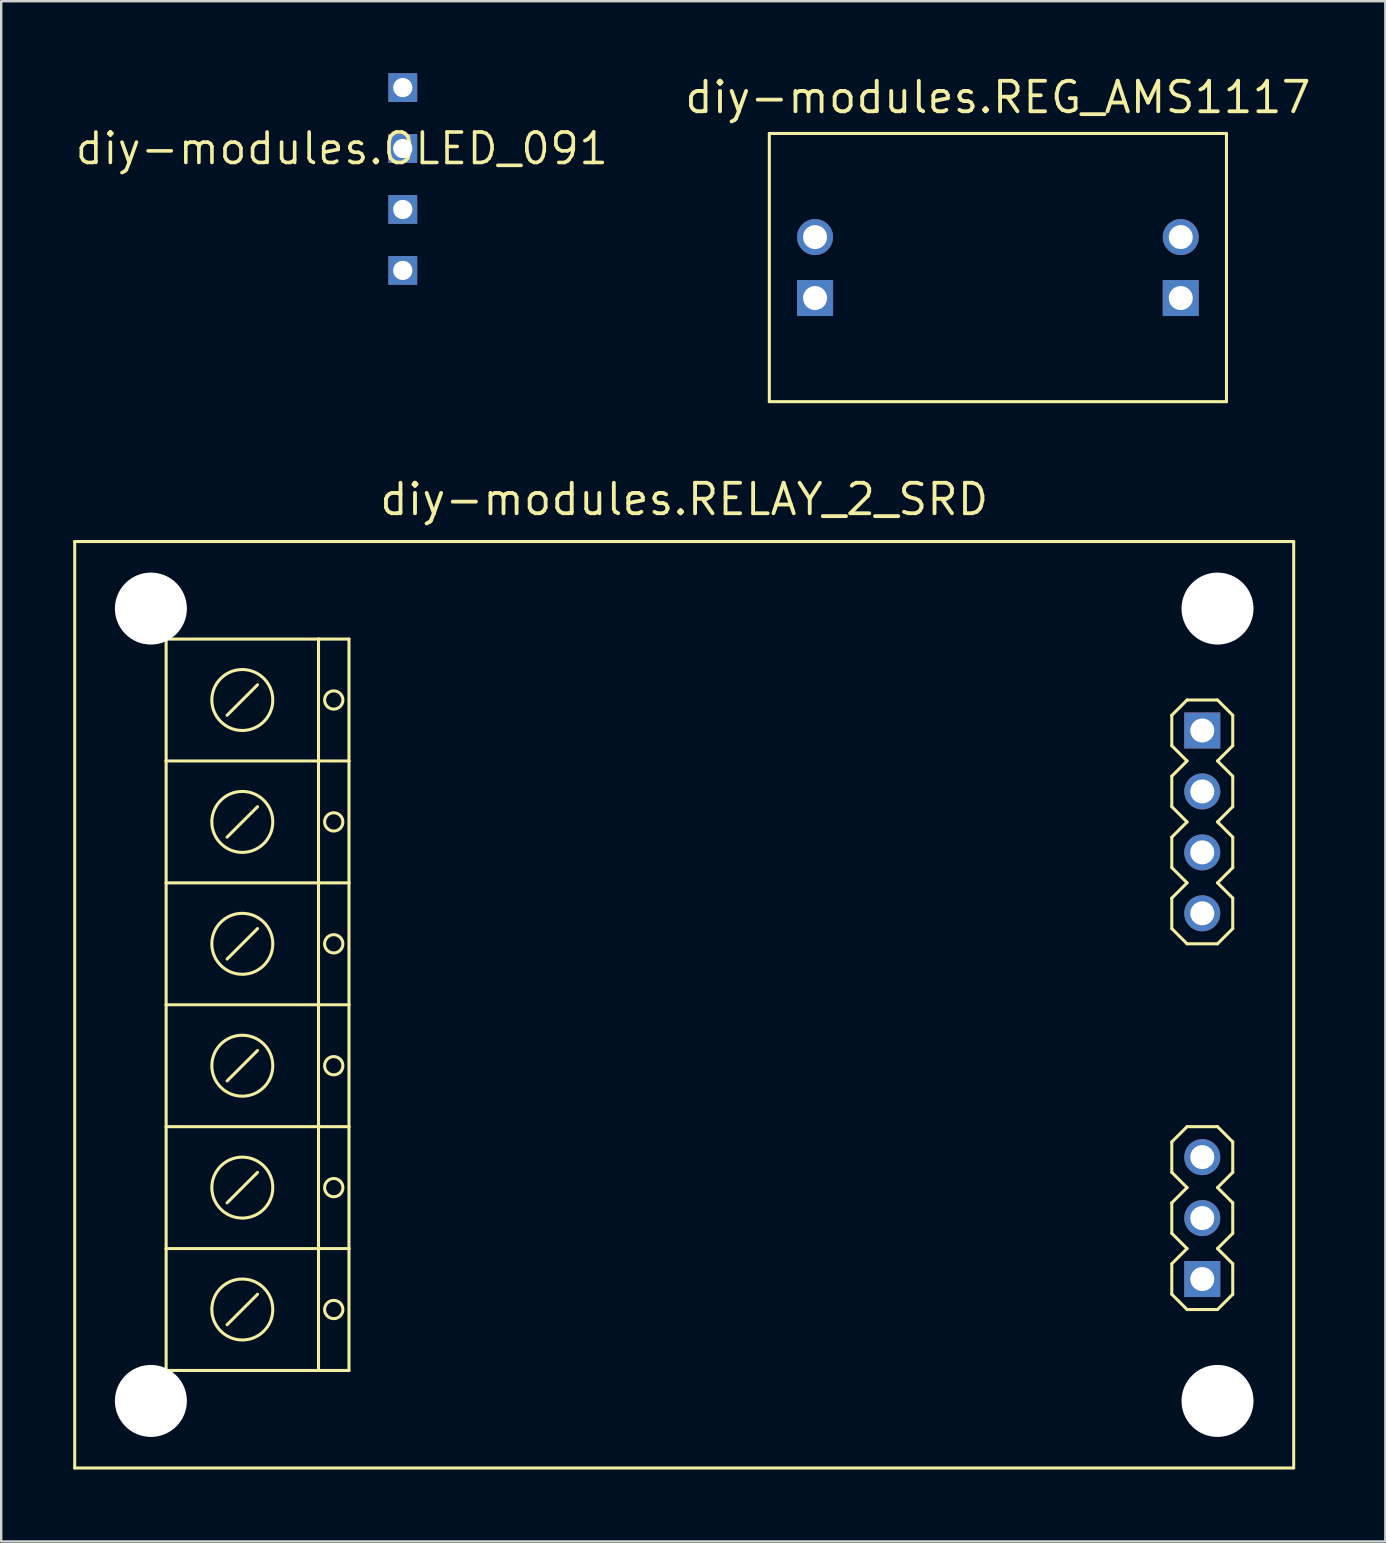
<source format=kicad_pcb>
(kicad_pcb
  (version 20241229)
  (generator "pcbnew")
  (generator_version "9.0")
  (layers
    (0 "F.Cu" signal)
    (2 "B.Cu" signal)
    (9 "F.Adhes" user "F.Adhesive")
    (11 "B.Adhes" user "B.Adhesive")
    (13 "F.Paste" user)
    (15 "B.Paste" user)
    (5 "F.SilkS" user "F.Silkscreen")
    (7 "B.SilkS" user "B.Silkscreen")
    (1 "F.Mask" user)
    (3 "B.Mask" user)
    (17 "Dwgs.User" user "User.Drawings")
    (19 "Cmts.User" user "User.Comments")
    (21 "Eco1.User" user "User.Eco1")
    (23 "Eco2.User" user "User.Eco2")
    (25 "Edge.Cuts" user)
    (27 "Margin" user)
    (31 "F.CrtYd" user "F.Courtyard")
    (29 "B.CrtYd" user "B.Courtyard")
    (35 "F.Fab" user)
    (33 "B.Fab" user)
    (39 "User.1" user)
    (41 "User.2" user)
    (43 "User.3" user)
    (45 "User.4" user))
  (footprint "diy-modules.REG_AMS1117"
    (layer "F.Cu")
    (at 38.536 8.1)
    (property "Reference" "diy-modules.REG_AMS1117" (at 0 -6.35 0) (layer "F.SilkS") (effects (font (size 1.27 1.27) (thickness 0.16)) (justify bottom)))
    (attr through_hole)
    (fp_line (start -9.525 -5.588) (end 9.525 -5.588) (stroke (width 0.127) (type default)) (layer "F.SilkS"))
    (fp_line (start -9.525 5.588) (end -9.525 -5.588) (stroke (width 0.127) (type default)) (layer "F.SilkS"))
    (fp_line (start 9.525 -5.588) (end 9.525 5.588) (stroke (width 0.127) (type default)) (layer "F.SilkS"))
    (fp_line (start 9.525 5.588) (end -9.525 5.588) (stroke (width 0.127) (type default)) (layer "F.SilkS"))
    (pad "J1.1" thru_hole rect (at -7.62 1.27) (size 1.5 1.5) (drill 1) (layers "*.Cu" "*.Mask"))
    (pad "J1.2" thru_hole circle (at -7.62 -1.27) (size 1.5 1.5) (drill 1) (layers "*.Cu" "*.Mask"))
    (pad "J2.1" thru_hole rect (at 7.62 1.27) (size 1.5 1.5) (drill 1) (layers "*.Cu" "*.Mask"))
    (pad "J2.2" thru_hole circle (at 7.62 -1.27) (size 1.5 1.5) (drill 1) (layers "*.Cu" "*.Mask")))
  (footprint "diy-modules.RELAY_2_SRD"
    (layer "F.Cu")
    (at 25.463 38.822)
    (property "Reference" "diy-modules.RELAY_2_SRD" (at 0 -20.32 0) (layer "F.SilkS") (effects (font (size 1.27 1.27) (thickness 0.16)) (justify bottom)))
    (attr through_hole)
    (fp_line (start -25.4 -19.304) (end 25.4 -19.304) (stroke (width 0.127) (type default)) (layer "F.SilkS"))
    (fp_line (start -25.4 19.304) (end -25.4 -19.304) (stroke (width 0.127) (type default)) (layer "F.SilkS"))
    (fp_line (start -21.59 -15.24) (end -15.24 -15.24) (stroke (width 0.127) (type default)) (layer "F.SilkS"))
    (fp_line (start -21.59 -10.16) (end -21.59 -15.24) (stroke (width 0.127) (type default)) (layer "F.SilkS"))
    (fp_line (start -21.59 -5.08) (end -21.59 -10.16) (stroke (width 0.127) (type default)) (layer "F.SilkS"))
    (fp_line (start -21.59 -5.08) (end -21.59 0) (stroke (width 0.127) (type default)) (layer "F.SilkS"))
    (fp_line (start -21.59 0) (end -21.59 5.08) (stroke (width 0.127) (type default)) (layer "F.SilkS"))
    (fp_line (start -21.59 0) (end -13.97 0) (stroke (width 0.127) (type default)) (layer "F.SilkS"))
    (fp_line (start -21.59 5.08) (end -21.59 10.16) (stroke (width 0.127) (type default)) (layer "F.SilkS"))
    (fp_line (start -21.59 5.08) (end -13.97 5.08) (stroke (width 0.127) (type default)) (layer "F.SilkS"))
    (fp_line (start -21.59 10.16) (end -21.59 15.24) (stroke (width 0.127) (type default)) (layer "F.SilkS"))
    (fp_line (start -21.59 10.16) (end -13.97 10.16) (stroke (width 0.127) (type default)) (layer "F.SilkS"))
    (fp_line (start -21.59 15.24) (end -15.24 15.24) (stroke (width 0.127) (type default)) (layer "F.SilkS"))
    (fp_line (start -17.78 -13.335) (end -19.05 -12.065) (stroke (width 0.127) (type default)) (layer "F.SilkS"))
    (fp_line (start -17.78 -8.255) (end -19.05 -6.985) (stroke (width 0.127) (type default)) (layer "F.SilkS"))
    (fp_line (start -17.78 -3.175) (end -19.05 -1.905) (stroke (width 0.127) (type default)) (layer "F.SilkS"))
    (fp_line (start -17.78 1.905) (end -19.05 3.175) (stroke (width 0.127) (type default)) (layer "F.SilkS"))
    (fp_line (start -17.78 6.985) (end -19.05 8.255) (stroke (width 0.127) (type default)) (layer "F.SilkS"))
    (fp_line (start -17.78 12.065) (end -19.05 13.335) (stroke (width 0.127) (type default)) (layer "F.SilkS"))
    (fp_line (start -15.24 -15.24) (end -15.24 15.24) (stroke (width 0.127) (type default)) (layer "F.SilkS"))
    (fp_line (start -15.24 -15.24) (end -13.97 -15.24) (stroke (width 0.127) (type default)) (layer "F.SilkS"))
    (fp_line (start -15.24 15.24) (end -13.97 15.24) (stroke (width 0.127) (type default)) (layer "F.SilkS"))
    (fp_line (start -13.97 -15.24) (end -13.97 -10.16) (stroke (width 0.127) (type default)) (layer "F.SilkS"))
    (fp_line (start -13.97 -10.16) (end -21.59 -10.16) (stroke (width 0.127) (type default)) (layer "F.SilkS"))
    (fp_line (start -13.97 -10.16) (end -13.97 -5.08) (stroke (width 0.127) (type default)) (layer "F.SilkS"))
    (fp_line (start -13.97 -5.08) (end -21.59 -5.08) (stroke (width 0.127) (type default)) (layer "F.SilkS"))
    (fp_line (start -13.97 0) (end -13.97 -5.08) (stroke (width 0.127) (type default)) (layer "F.SilkS"))
    (fp_line (start -13.97 5.08) (end -13.97 0) (stroke (width 0.127) (type default)) (layer "F.SilkS"))
    (fp_line (start -13.97 10.16) (end -13.97 5.08) (stroke (width 0.127) (type default)) (layer "F.SilkS"))
    (fp_line (start -13.97 15.24) (end -13.97 10.16) (stroke (width 0.127) (type default)) (layer "F.SilkS"))
    (fp_line (start 20.32 -12.065) (end 20.955 -12.7) (stroke (width 0.127) (type default)) (layer "F.SilkS"))
    (fp_line (start 20.32 -10.795) (end 20.32 -12.065) (stroke (width 0.127) (type default)) (layer "F.SilkS"))
    (fp_line (start 20.32 -9.525) (end 20.955 -10.16) (stroke (width 0.127) (type default)) (layer "F.SilkS"))
    (fp_line (start 20.32 -8.255) (end 20.32 -9.525) (stroke (width 0.127) (type default)) (layer "F.SilkS"))
    (fp_line (start 20.32 -6.985) (end 20.955 -7.62) (stroke (width 0.127) (type default)) (layer "F.SilkS"))
    (fp_line (start 20.32 -5.715) (end 20.32 -6.985) (stroke (width 0.127) (type default)) (layer "F.SilkS"))
    (fp_line (start 20.32 -4.445) (end 20.955 -5.08) (stroke (width 0.127) (type default)) (layer "F.SilkS"))
    (fp_line (start 20.32 -3.175) (end 20.32 -4.445) (stroke (width 0.127) (type default)) (layer "F.SilkS"))
    (fp_line (start 20.32 5.715) (end 20.955 5.08) (stroke (width 0.127) (type default)) (layer "F.SilkS"))
    (fp_line (start 20.32 6.985) (end 20.32 5.715) (stroke (width 0.127) (type default)) (layer "F.SilkS"))
    (fp_line (start 20.32 8.255) (end 20.955 7.62) (stroke (width 0.127) (type default)) (layer "F.SilkS"))
    (fp_line (start 20.32 9.525) (end 20.32 8.255) (stroke (width 0.127) (type default)) (layer "F.SilkS"))
    (fp_line (start 20.32 10.795) (end 20.955 10.16) (stroke (width 0.127) (type default)) (layer "F.SilkS"))
    (fp_line (start 20.32 12.065) (end 20.32 10.795) (stroke (width 0.127) (type default)) (layer "F.SilkS"))
    (fp_line (start 20.955 -12.7) (end 22.225 -12.7) (stroke (width 0.127) (type default)) (layer "F.SilkS"))
    (fp_line (start 20.955 -10.16) (end 20.32 -10.795) (stroke (width 0.127) (type default)) (layer "F.SilkS"))
    (fp_line (start 20.955 -7.62) (end 20.32 -8.255) (stroke (width 0.127) (type default)) (layer "F.SilkS"))
    (fp_line (start 20.955 -5.08) (end 20.32 -5.715) (stroke (width 0.127) (type default)) (layer "F.SilkS"))
    (fp_line (start 20.955 -2.54) (end 20.32 -3.175) (stroke (width 0.127) (type default)) (layer "F.SilkS"))
    (fp_line (start 20.955 5.08) (end 22.225 5.08) (stroke (width 0.127) (type default)) (layer "F.SilkS"))
    (fp_line (start 20.955 7.62) (end 20.32 6.985) (stroke (width 0.127) (type default)) (layer "F.SilkS"))
    (fp_line (start 20.955 10.16) (end 20.32 9.525) (stroke (width 0.127) (type default)) (layer "F.SilkS"))
    (fp_line (start 20.955 12.7) (end 20.32 12.065) (stroke (width 0.127) (type default)) (layer "F.SilkS"))
    (fp_line (start 22.225 -12.7) (end 22.86 -12.065) (stroke (width 0.127) (type default)) (layer "F.SilkS"))
    (fp_line (start 22.225 -10.16) (end 22.86 -9.525) (stroke (width 0.127) (type default)) (layer "F.SilkS"))
    (fp_line (start 22.225 -7.62) (end 22.86 -6.985) (stroke (width 0.127) (type default)) (layer "F.SilkS"))
    (fp_line (start 22.225 -5.08) (end 22.86 -4.445) (stroke (width 0.127) (type default)) (layer "F.SilkS"))
    (fp_line (start 22.225 -2.54) (end 20.955 -2.54) (stroke (width 0.127) (type default)) (layer "F.SilkS"))
    (fp_line (start 22.225 5.08) (end 22.86 5.715) (stroke (width 0.127) (type default)) (layer "F.SilkS"))
    (fp_line (start 22.225 7.62) (end 22.86 8.255) (stroke (width 0.127) (type default)) (layer "F.SilkS"))
    (fp_line (start 22.225 10.16) (end 22.86 10.795) (stroke (width 0.127) (type default)) (layer "F.SilkS"))
    (fp_line (start 22.225 12.7) (end 20.955 12.7) (stroke (width 0.127) (type default)) (layer "F.SilkS"))
    (fp_line (start 22.86 -12.065) (end 22.86 -10.795) (stroke (width 0.127) (type default)) (layer "F.SilkS"))
    (fp_line (start 22.86 -10.795) (end 22.225 -10.16) (stroke (width 0.127) (type default)) (layer "F.SilkS"))
    (fp_line (start 22.86 -9.525) (end 22.86 -8.255) (stroke (width 0.127) (type default)) (layer "F.SilkS"))
    (fp_line (start 22.86 -8.255) (end 22.225 -7.62) (stroke (width 0.127) (type default)) (layer "F.SilkS"))
    (fp_line (start 22.86 -6.985) (end 22.86 -5.715) (stroke (width 0.127) (type default)) (layer "F.SilkS"))
    (fp_line (start 22.86 -5.715) (end 22.225 -5.08) (stroke (width 0.127) (type default)) (layer "F.SilkS"))
    (fp_line (start 22.86 -4.445) (end 22.86 -3.175) (stroke (width 0.127) (type default)) (layer "F.SilkS"))
    (fp_line (start 22.86 -3.175) (end 22.225 -2.54) (stroke (width 0.127) (type default)) (layer "F.SilkS"))
    (fp_line (start 22.86 5.715) (end 22.86 6.985) (stroke (width 0.127) (type default)) (layer "F.SilkS"))
    (fp_line (start 22.86 6.985) (end 22.225 7.62) (stroke (width 0.127) (type default)) (layer "F.SilkS"))
    (fp_line (start 22.86 8.255) (end 22.86 9.525) (stroke (width 0.127) (type default)) (layer "F.SilkS"))
    (fp_line (start 22.86 9.525) (end 22.225 10.16) (stroke (width 0.127) (type default)) (layer "F.SilkS"))
    (fp_line (start 22.86 10.795) (end 22.86 12.065) (stroke (width 0.127) (type default)) (layer "F.SilkS"))
    (fp_line (start 22.86 12.065) (end 22.225 12.7) (stroke (width 0.127) (type default)) (layer "F.SilkS"))
    (fp_line (start 25.4 -19.304) (end 25.4 19.304) (stroke (width 0.127) (type default)) (layer "F.SilkS"))
    (fp_line (start 25.4 19.304) (end -25.4 19.304) (stroke (width 0.127) (type default)) (layer "F.SilkS"))
    (fp_circle (center -18.415 -12.7) (end -17.145 -12.7) (stroke (width 0.127) (type default)) (fill no) (layer "F.SilkS"))
    (fp_circle (center -18.415 -7.62) (end -17.145 -7.62) (stroke (width 0.127) (type default)) (fill no) (layer "F.SilkS"))
    (fp_circle (center -18.415 -2.54) (end -17.145 -2.54) (stroke (width 0.127) (type default)) (fill no) (layer "F.SilkS"))
    (fp_circle (center -18.415 2.54) (end -17.145 2.54) (stroke (width 0.127) (type default)) (fill no) (layer "F.SilkS"))
    (fp_circle (center -18.415 7.62) (end -17.145 7.62) (stroke (width 0.127) (type default)) (fill no) (layer "F.SilkS"))
    (fp_circle (center -18.415 12.7) (end -17.145 12.7) (stroke (width 0.127) (type default)) (fill no) (layer "F.SilkS"))
    (fp_circle (center -14.605 -12.7) (end -14.224 -12.7) (stroke (width 0.127) (type default)) (fill no) (layer "F.SilkS"))
    (fp_circle (center -14.605 -7.62) (end -14.224 -7.62) (stroke (width 0.127) (type default)) (fill no) (layer "F.SilkS"))
    (fp_circle (center -14.605 -2.54) (end -14.224 -2.54) (stroke (width 0.127) (type default)) (fill no) (layer "F.SilkS"))
    (fp_circle (center -14.605 2.54) (end -14.224 2.54) (stroke (width 0.127) (type default)) (fill no) (layer "F.SilkS"))
    (fp_circle (center -14.605 7.62) (end -14.224 7.62) (stroke (width 0.127) (type default)) (fill no) (layer "F.SilkS"))
    (fp_circle (center -14.605 12.7) (end -14.224 12.7) (stroke (width 0.127) (type default)) (fill no) (layer "F.SilkS"))
    (pad "" np_thru_hole circle (at -22.225 -16.51) (size 3 3) (drill 3) (layers "*.Cu" "*.Mask"))
    (pad "" np_thru_hole circle (at -22.225 16.51) (size 3 3) (drill 3) (layers "*.Cu" "*.Mask"))
    (pad "" np_thru_hole circle (at 22.225 -16.51) (size 3 3) (drill 3) (layers "*.Cu" "*.Mask"))
    (pad "" np_thru_hole circle (at 22.225 16.51) (size 3 3) (drill 3) (layers "*.Cu" "*.Mask"))
    (pad "J1.1" thru_hole rect (at 21.59 -11.43) (size 1.5 1.5) (drill 1) (layers "*.Cu" "*.Mask"))
    (pad "J1.2" thru_hole circle (at 21.59 -8.89) (size 1.5 1.5) (drill 1) (layers "*.Cu" "*.Mask"))
    (pad "J1.3" thru_hole circle (at 21.59 -6.35) (size 1.5 1.5) (drill 1) (layers "*.Cu" "*.Mask"))
    (pad "J1.4" thru_hole circle (at 21.59 -3.81) (size 1.5 1.5) (drill 1) (layers "*.Cu" "*.Mask"))
    (pad "J2.1" thru_hole rect (at 21.59 11.43) (size 1.5 1.5) (drill 1) (layers "*.Cu" "*.Mask"))
    (pad "J2.2" thru_hole circle (at 21.59 8.89) (size 1.5 1.5) (drill 1) (layers "*.Cu" "*.Mask"))
    (pad "J2.3" thru_hole circle (at 21.59 6.35) (size 1.5 1.5) (drill 1) (layers "*.Cu" "*.Mask")))
  (footprint "diy-modules.OLED_091"
    (layer "F.Cu")
    (at 11.195 3.14)
    (property "Reference" "diy-modules.OLED_091" (at 0 0 0) (layer "F.SilkS") (effects (font (size 1.27 1.27) (thickness 0.15))))
    (attr through_hole)
    (pad "P$1" thru_hole rect (at 2.54 -2.54) (size 1.2 1.2) (drill 0.8) (layers "*.Cu" "*.Mask"))
    (pad "P$2" thru_hole rect (at 2.54 0) (size 1.2 1.2) (drill 0.8) (layers "*.Cu" "*.Mask"))
    (pad "P$3" thru_hole rect (at 2.54 2.54) (size 1.2 1.2) (drill 0.8) (layers "*.Cu" "*.Mask"))
    (pad "P$4" thru_hole rect (at 2.54 5.08) (size 1.2 1.2) (drill 0.8) (layers "*.Cu" "*.Mask")))
  (gr_rect
    (start -3 -3)
    (end 54.682 61.189)
    (stroke (width 0.1) (type default))
    (fill no)
    (layer "Edge.Cuts")))
</source>
